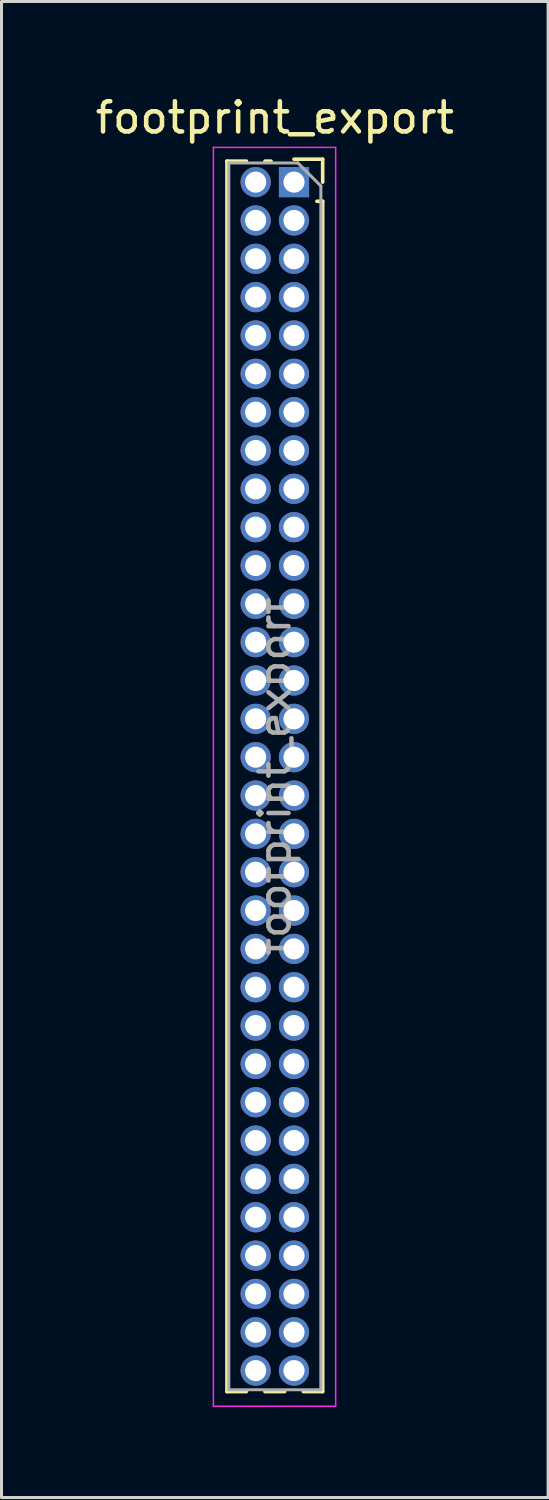
<source format=kicad_pcb>
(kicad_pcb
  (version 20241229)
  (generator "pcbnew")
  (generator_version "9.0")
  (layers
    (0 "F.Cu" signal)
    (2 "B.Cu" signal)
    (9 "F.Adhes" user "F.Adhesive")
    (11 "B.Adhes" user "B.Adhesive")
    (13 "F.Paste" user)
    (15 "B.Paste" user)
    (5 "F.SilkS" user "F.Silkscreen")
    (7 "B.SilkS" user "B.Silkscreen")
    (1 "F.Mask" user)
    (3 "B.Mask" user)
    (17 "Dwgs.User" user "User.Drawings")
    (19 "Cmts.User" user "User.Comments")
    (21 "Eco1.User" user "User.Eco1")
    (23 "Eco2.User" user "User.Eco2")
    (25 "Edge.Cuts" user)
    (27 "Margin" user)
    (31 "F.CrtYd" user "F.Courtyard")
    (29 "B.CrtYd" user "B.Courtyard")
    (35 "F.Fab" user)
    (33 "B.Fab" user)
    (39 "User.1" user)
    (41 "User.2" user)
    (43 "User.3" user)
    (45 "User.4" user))
  (footprint "footprint_export"
    (layer "F.Cu")
    (at 6.689 2.983)
    (property "Reference" "footprint_export" (at -0.635 -2.135 0) (layer "F.SilkS") (effects (font (size 1 1) (thickness 0.15))))
    (attr through_hole)
    (fp_line (start -2.22 -0.695) (end -2.22 40.065) (stroke (width 0.12) (type solid)) (layer "F.SilkS"))
    (fp_line (start -2.22 -0.695) (end -1.578 -0.695) (stroke (width 0.12) (type solid)) (layer "F.SilkS"))
    (fp_line (start -2.22 40.065) (end -1.578 40.065) (stroke (width 0.12) (type solid)) (layer "F.SilkS"))
    (fp_line (start -0.962 -0.695) (end -0.76 -0.695) (stroke (width 0.12) (type solid)) (layer "F.SilkS"))
    (fp_line (start -0.962 40.065) (end -0.308 40.065) (stroke (width 0.12) (type solid)) (layer "F.SilkS"))
    (fp_line (start 0 -0.76) (end 0.95 -0.76) (stroke (width 0.12) (type solid)) (layer "F.SilkS"))
    (fp_line (start 0.308 40.065) (end 0.95 40.065) (stroke (width 0.12) (type solid)) (layer "F.SilkS"))
    (fp_line (start 0.76 0.635) (end 0.95 0.635) (stroke (width 0.12) (type solid)) (layer "F.SilkS"))
    (fp_line (start 0.95 -0.76) (end 0.95 0) (stroke (width 0.12) (type solid)) (layer "F.SilkS"))
    (fp_line (start 0.95 0.635) (end 0.95 40.065) (stroke (width 0.12) (type solid)) (layer "F.SilkS"))
    (fp_line (start -2.67 -1.15) (end 1.38 -1.15) (stroke (width 0.05) (type solid)) (layer "F.CrtYd"))
    (fp_line (start -2.67 40.55) (end -2.67 -1.15) (stroke (width 0.05) (type solid)) (layer "F.CrtYd"))
    (fp_line (start 1.38 -1.15) (end 1.38 40.55) (stroke (width 0.05) (type solid)) (layer "F.CrtYd"))
    (fp_line (start 1.38 40.55) (end -2.67 40.55) (stroke (width 0.05) (type solid)) (layer "F.CrtYd"))
    (fp_line (start -2.16 -0.635) (end 0.128 -0.635) (stroke (width 0.1) (type solid)) (layer "F.Fab"))
    (fp_line (start -2.16 40.005) (end -2.16 -0.635) (stroke (width 0.1) (type solid)) (layer "F.Fab"))
    (fp_line (start 0.128 -0.635) (end 0.89 0.128) (stroke (width 0.1) (type solid)) (layer "F.Fab"))
    (fp_line (start 0.89 0.128) (end 0.89 40.005) (stroke (width 0.1) (type solid)) (layer "F.Fab"))
    (fp_line (start 0.89 40.005) (end -2.16 40.005) (stroke (width 0.1) (type solid)) (layer "F.Fab"))
    (fp_text user "${REFERENCE}" (at -0.635 19.685 90) (layer "F.Fab") (effects (font (size 1 1) (thickness 0.15))))
    (pad "1" thru_hole rect (at 0 0) (size 1 1) (drill 0.7) (layers "*.Cu" "*.Mask"))
    (pad "2" thru_hole oval (at -1.27 0) (size 1 1) (drill 0.7) (layers "*.Cu" "*.Mask"))
    (pad "3" thru_hole oval (at 0 1.27) (size 1 1) (drill 0.7) (layers "*.Cu" "*.Mask"))
    (pad "4" thru_hole oval (at -1.27 1.27) (size 1 1) (drill 0.7) (layers "*.Cu" "*.Mask"))
    (pad "5" thru_hole oval (at 0 2.54) (size 1 1) (drill 0.7) (layers "*.Cu" "*.Mask"))
    (pad "6" thru_hole oval (at -1.27 2.54) (size 1 1) (drill 0.7) (layers "*.Cu" "*.Mask"))
    (pad "7" thru_hole oval (at 0 3.81) (size 1 1) (drill 0.7) (layers "*.Cu" "*.Mask"))
    (pad "8" thru_hole oval (at -1.27 3.81) (size 1 1) (drill 0.7) (layers "*.Cu" "*.Mask"))
    (pad "9" thru_hole oval (at 0 5.08) (size 1 1) (drill 0.7) (layers "*.Cu" "*.Mask"))
    (pad "10" thru_hole oval (at -1.27 5.08) (size 1 1) (drill 0.7) (layers "*.Cu" "*.Mask"))
    (pad "11" thru_hole oval (at 0 6.35) (size 1 1) (drill 0.7) (layers "*.Cu" "*.Mask"))
    (pad "12" thru_hole oval (at -1.27 6.35) (size 1 1) (drill 0.7) (layers "*.Cu" "*.Mask"))
    (pad "13" thru_hole oval (at 0 7.62) (size 1 1) (drill 0.7) (layers "*.Cu" "*.Mask"))
    (pad "14" thru_hole oval (at -1.27 7.62) (size 1 1) (drill 0.7) (layers "*.Cu" "*.Mask"))
    (pad "15" thru_hole oval (at 0 8.89) (size 1 1) (drill 0.7) (layers "*.Cu" "*.Mask"))
    (pad "16" thru_hole oval (at -1.27 8.89) (size 1 1) (drill 0.7) (layers "*.Cu" "*.Mask"))
    (pad "17" thru_hole oval (at 0 10.16) (size 1 1) (drill 0.7) (layers "*.Cu" "*.Mask"))
    (pad "18" thru_hole oval (at -1.27 10.16) (size 1 1) (drill 0.7) (layers "*.Cu" "*.Mask"))
    (pad "19" thru_hole oval (at 0 11.43) (size 1 1) (drill 0.7) (layers "*.Cu" "*.Mask"))
    (pad "20" thru_hole oval (at -1.27 11.43) (size 1 1) (drill 0.7) (layers "*.Cu" "*.Mask"))
    (pad "21" thru_hole oval (at 0 12.7) (size 1 1) (drill 0.7) (layers "*.Cu" "*.Mask"))
    (pad "22" thru_hole oval (at -1.27 12.7) (size 1 1) (drill 0.7) (layers "*.Cu" "*.Mask"))
    (pad "23" thru_hole oval (at 0 13.97) (size 1 1) (drill 0.7) (layers "*.Cu" "*.Mask"))
    (pad "24" thru_hole oval (at -1.27 13.97) (size 1 1) (drill 0.7) (layers "*.Cu" "*.Mask"))
    (pad "25" thru_hole oval (at 0 15.24) (size 1 1) (drill 0.7) (layers "*.Cu" "*.Mask"))
    (pad "26" thru_hole oval (at -1.27 15.24) (size 1 1) (drill 0.7) (layers "*.Cu" "*.Mask"))
    (pad "27" thru_hole oval (at 0 16.51) (size 1 1) (drill 0.7) (layers "*.Cu" "*.Mask"))
    (pad "28" thru_hole oval (at -1.27 16.51) (size 1 1) (drill 0.7) (layers "*.Cu" "*.Mask"))
    (pad "29" thru_hole oval (at 0 17.78) (size 1 1) (drill 0.7) (layers "*.Cu" "*.Mask"))
    (pad "30" thru_hole oval (at -1.27 17.78) (size 1 1) (drill 0.7) (layers "*.Cu" "*.Mask"))
    (pad "31" thru_hole oval (at 0 19.05) (size 1 1) (drill 0.7) (layers "*.Cu" "*.Mask"))
    (pad "32" thru_hole oval (at -1.27 19.05) (size 1 1) (drill 0.7) (layers "*.Cu" "*.Mask"))
    (pad "33" thru_hole oval (at 0 20.32) (size 1 1) (drill 0.7) (layers "*.Cu" "*.Mask"))
    (pad "34" thru_hole oval (at -1.27 20.32) (size 1 1) (drill 0.7) (layers "*.Cu" "*.Mask"))
    (pad "35" thru_hole oval (at 0 21.59) (size 1 1) (drill 0.7) (layers "*.Cu" "*.Mask"))
    (pad "36" thru_hole oval (at -1.27 21.59) (size 1 1) (drill 0.7) (layers "*.Cu" "*.Mask"))
    (pad "37" thru_hole oval (at 0 22.86) (size 1 1) (drill 0.7) (layers "*.Cu" "*.Mask"))
    (pad "38" thru_hole oval (at -1.27 22.86) (size 1 1) (drill 0.7) (layers "*.Cu" "*.Mask"))
    (pad "39" thru_hole oval (at 0 24.13) (size 1 1) (drill 0.7) (layers "*.Cu" "*.Mask"))
    (pad "40" thru_hole oval (at -1.27 24.13) (size 1 1) (drill 0.7) (layers "*.Cu" "*.Mask"))
    (pad "41" thru_hole oval (at 0 25.4) (size 1 1) (drill 0.7) (layers "*.Cu" "*.Mask"))
    (pad "42" thru_hole oval (at -1.27 25.4) (size 1 1) (drill 0.7) (layers "*.Cu" "*.Mask"))
    (pad "43" thru_hole oval (at 0 26.67) (size 1 1) (drill 0.7) (layers "*.Cu" "*.Mask"))
    (pad "44" thru_hole oval (at -1.27 26.67) (size 1 1) (drill 0.7) (layers "*.Cu" "*.Mask"))
    (pad "45" thru_hole oval (at 0 27.94) (size 1 1) (drill 0.7) (layers "*.Cu" "*.Mask"))
    (pad "46" thru_hole oval (at -1.27 27.94) (size 1 1) (drill 0.7) (layers "*.Cu" "*.Mask"))
    (pad "47" thru_hole oval (at 0 29.21) (size 1 1) (drill 0.7) (layers "*.Cu" "*.Mask"))
    (pad "48" thru_hole oval (at -1.27 29.21) (size 1 1) (drill 0.7) (layers "*.Cu" "*.Mask"))
    (pad "49" thru_hole oval (at 0 30.48) (size 1 1) (drill 0.7) (layers "*.Cu" "*.Mask"))
    (pad "50" thru_hole oval (at -1.27 30.48) (size 1 1) (drill 0.7) (layers "*.Cu" "*.Mask"))
    (pad "51" thru_hole oval (at 0 31.75) (size 1 1) (drill 0.7) (layers "*.Cu" "*.Mask"))
    (pad "52" thru_hole oval (at -1.27 31.75) (size 1 1) (drill 0.7) (layers "*.Cu" "*.Mask"))
    (pad "53" thru_hole oval (at 0 33.02) (size 1 1) (drill 0.7) (layers "*.Cu" "*.Mask"))
    (pad "54" thru_hole oval (at -1.27 33.02) (size 1 1) (drill 0.7) (layers "*.Cu" "*.Mask"))
    (pad "55" thru_hole oval (at 0 34.29) (size 1 1) (drill 0.7) (layers "*.Cu" "*.Mask"))
    (pad "56" thru_hole oval (at -1.27 34.29) (size 1 1) (drill 0.7) (layers "*.Cu" "*.Mask"))
    (pad "57" thru_hole oval (at 0 35.56) (size 1 1) (drill 0.7) (layers "*.Cu" "*.Mask"))
    (pad "58" thru_hole oval (at -1.27 35.56) (size 1 1) (drill 0.7) (layers "*.Cu" "*.Mask"))
    (pad "59" thru_hole oval (at 0 36.83) (size 1 1) (drill 0.7) (layers "*.Cu" "*.Mask"))
    (pad "60" thru_hole oval (at -1.27 36.83) (size 1 1) (drill 0.7) (layers "*.Cu" "*.Mask"))
    (pad "61" thru_hole oval (at 0 38.1) (size 1 1) (drill 0.7) (layers "*.Cu" "*.Mask"))
    (pad "62" thru_hole oval (at -1.27 38.1) (size 1 1) (drill 0.7) (layers "*.Cu" "*.Mask"))
    (pad "63" thru_hole oval (at 0 39.37) (size 1 1) (drill 0.7) (layers "*.Cu" "*.Mask"))
    (pad "64" thru_hole oval (at -1.27 39.37) (size 1 1) (drill 0.7) (layers "*.Cu" "*.Mask")))
  (gr_rect
    (start -3 -3)
    (end 15.107 46.558)
    (stroke (width 0.1) (type default))
    (fill no)
    (layer "Edge.Cuts")))
</source>
